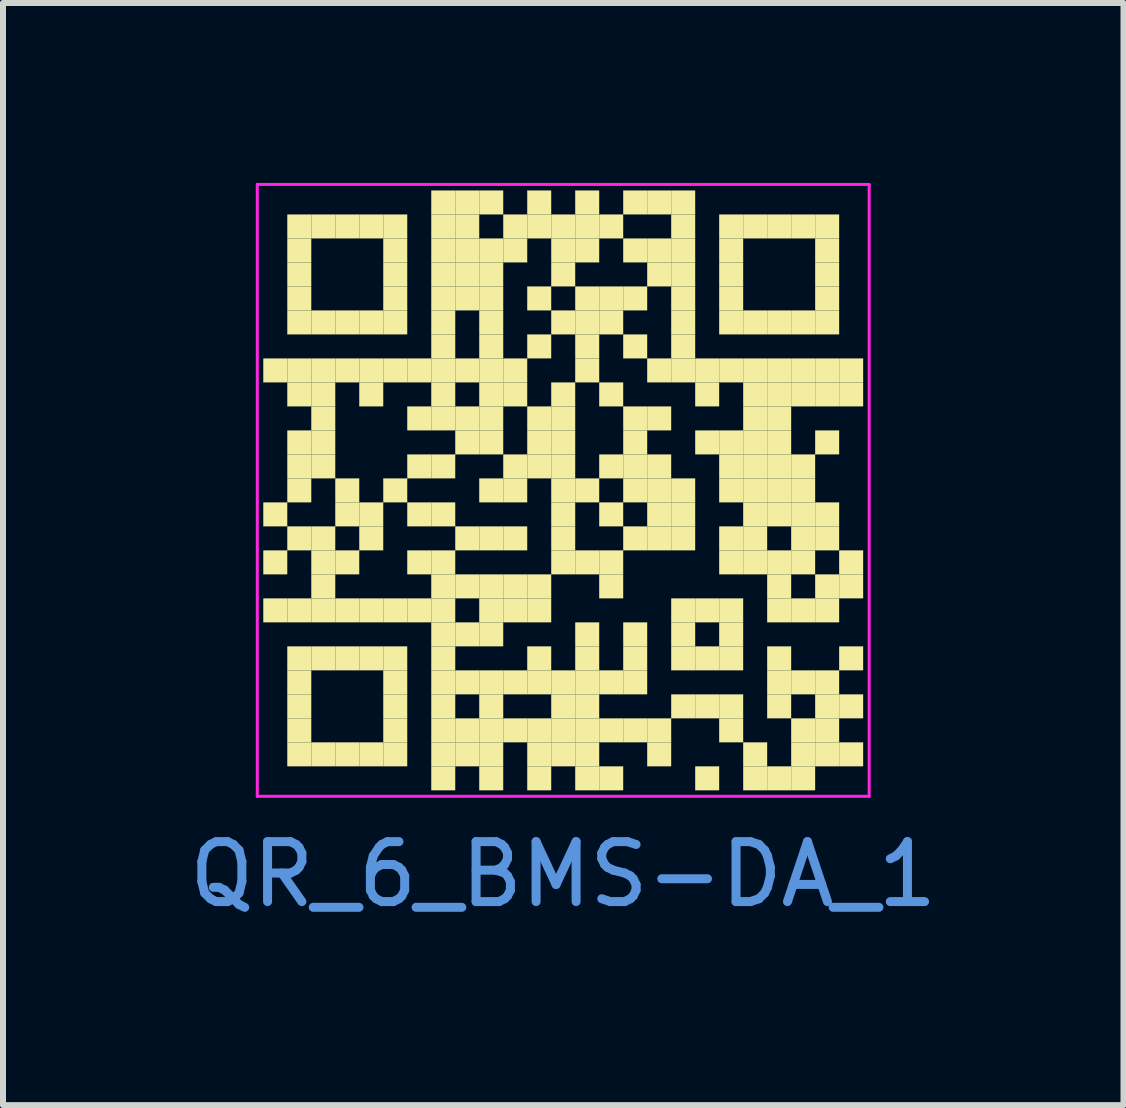
<source format=kicad_pcb>
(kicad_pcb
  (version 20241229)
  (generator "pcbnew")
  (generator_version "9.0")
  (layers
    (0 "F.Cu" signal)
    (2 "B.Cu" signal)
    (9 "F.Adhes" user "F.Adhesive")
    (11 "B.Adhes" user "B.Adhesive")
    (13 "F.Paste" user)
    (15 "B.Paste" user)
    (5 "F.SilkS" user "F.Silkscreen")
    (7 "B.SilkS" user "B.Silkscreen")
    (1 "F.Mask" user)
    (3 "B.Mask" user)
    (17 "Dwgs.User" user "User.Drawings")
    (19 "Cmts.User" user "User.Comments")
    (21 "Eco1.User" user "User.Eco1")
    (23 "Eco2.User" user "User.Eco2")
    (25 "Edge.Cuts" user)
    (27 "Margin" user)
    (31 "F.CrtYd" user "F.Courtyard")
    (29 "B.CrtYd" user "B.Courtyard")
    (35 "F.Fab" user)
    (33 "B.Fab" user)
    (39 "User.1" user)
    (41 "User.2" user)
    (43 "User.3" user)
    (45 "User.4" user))
  (footprint "QR_6_BMS-DA_1"
    (layer "F.Cu")
    (at 6.339 5.125)
    (property "Reference" "QR_6_BMS-DA_1" (at 0 6.4 0) (layer "Cmts.User") (effects (font (size 1 1) (thickness 0.15))))
    (fp_rect (start -5 -2.2) (end -4.6 -1.8) (stroke (width 0) (type solid)) (fill yes) (layer "F.SilkS"))
    (fp_rect (start -5 0.2) (end -4.6 0.6) (stroke (width 0) (type solid)) (fill yes) (layer "F.SilkS"))
    (fp_rect (start -5 1) (end -4.6 1.4) (stroke (width 0) (type solid)) (fill yes) (layer "F.SilkS"))
    (fp_rect (start -5 1.8) (end -4.6 2.2) (stroke (width 0) (type solid)) (fill yes) (layer "F.SilkS"))
    (fp_rect (start -4.6 -4.6) (end -4.2 -4.2) (stroke (width 0) (type solid)) (fill yes) (layer "F.SilkS"))
    (fp_rect (start -4.6 -4.2) (end -4.2 -3.8) (stroke (width 0) (type solid)) (fill yes) (layer "F.SilkS"))
    (fp_rect (start -4.6 -3.8) (end -4.2 -3.4) (stroke (width 0) (type solid)) (fill yes) (layer "F.SilkS"))
    (fp_rect (start -4.6 -3.4) (end -4.2 -3) (stroke (width 0) (type solid)) (fill yes) (layer "F.SilkS"))
    (fp_rect (start -4.6 -3) (end -4.2 -2.6) (stroke (width 0) (type solid)) (fill yes) (layer "F.SilkS"))
    (fp_rect (start -4.6 -2.2) (end -4.2 -1.8) (stroke (width 0) (type solid)) (fill yes) (layer "F.SilkS"))
    (fp_rect (start -4.6 -1.8) (end -4.2 -1.4) (stroke (width 0) (type solid)) (fill yes) (layer "F.SilkS"))
    (fp_rect (start -4.6 -1) (end -4.2 -0.6) (stroke (width 0) (type solid)) (fill yes) (layer "F.SilkS"))
    (fp_rect (start -4.6 -0.6) (end -4.2 -0.2) (stroke (width 0) (type solid)) (fill yes) (layer "F.SilkS"))
    (fp_rect (start -4.6 -0.2) (end -4.2 0.2) (stroke (width 0) (type solid)) (fill yes) (layer "F.SilkS"))
    (fp_rect (start -4.6 0.6) (end -4.2 1) (stroke (width 0) (type solid)) (fill yes) (layer "F.SilkS"))
    (fp_rect (start -4.6 1.8) (end -4.2 2.2) (stroke (width 0) (type solid)) (fill yes) (layer "F.SilkS"))
    (fp_rect (start -4.6 2.6) (end -4.2 3) (stroke (width 0) (type solid)) (fill yes) (layer "F.SilkS"))
    (fp_rect (start -4.6 3) (end -4.2 3.4) (stroke (width 0) (type solid)) (fill yes) (layer "F.SilkS"))
    (fp_rect (start -4.6 3.4) (end -4.2 3.8) (stroke (width 0) (type solid)) (fill yes) (layer "F.SilkS"))
    (fp_rect (start -4.6 3.8) (end -4.2 4.2) (stroke (width 0) (type solid)) (fill yes) (layer "F.SilkS"))
    (fp_rect (start -4.6 4.2) (end -4.2 4.6) (stroke (width 0) (type solid)) (fill yes) (layer "F.SilkS"))
    (fp_rect (start -4.2 -4.6) (end -3.8 -4.2) (stroke (width 0) (type solid)) (fill yes) (layer "F.SilkS"))
    (fp_rect (start -4.2 -3) (end -3.8 -2.6) (stroke (width 0) (type solid)) (fill yes) (layer "F.SilkS"))
    (fp_rect (start -4.2 -2.2) (end -3.8 -1.8) (stroke (width 0) (type solid)) (fill yes) (layer "F.SilkS"))
    (fp_rect (start -4.2 -1.8) (end -3.8 -1.4) (stroke (width 0) (type solid)) (fill yes) (layer "F.SilkS"))
    (fp_rect (start -4.2 -1.4) (end -3.8 -1) (stroke (width 0) (type solid)) (fill yes) (layer "F.SilkS"))
    (fp_rect (start -4.2 -1) (end -3.8 -0.6) (stroke (width 0) (type solid)) (fill yes) (layer "F.SilkS"))
    (fp_rect (start -4.2 -0.6) (end -3.8 -0.2) (stroke (width 0) (type solid)) (fill yes) (layer "F.SilkS"))
    (fp_rect (start -4.2 0.6) (end -3.8 1) (stroke (width 0) (type solid)) (fill yes) (layer "F.SilkS"))
    (fp_rect (start -4.2 1) (end -3.8 1.4) (stroke (width 0) (type solid)) (fill yes) (layer "F.SilkS"))
    (fp_rect (start -4.2 1.4) (end -3.8 1.8) (stroke (width 0) (type solid)) (fill yes) (layer "F.SilkS"))
    (fp_rect (start -4.2 1.8) (end -3.8 2.2) (stroke (width 0) (type solid)) (fill yes) (layer "F.SilkS"))
    (fp_rect (start -4.2 2.6) (end -3.8 3) (stroke (width 0) (type solid)) (fill yes) (layer "F.SilkS"))
    (fp_rect (start -4.2 4.2) (end -3.8 4.6) (stroke (width 0) (type solid)) (fill yes) (layer "F.SilkS"))
    (fp_rect (start -3.8 -4.6) (end -3.4 -4.2) (stroke (width 0) (type solid)) (fill yes) (layer "F.SilkS"))
    (fp_rect (start -3.8 -3) (end -3.4 -2.6) (stroke (width 0) (type solid)) (fill yes) (layer "F.SilkS"))
    (fp_rect (start -3.8 -2.2) (end -3.4 -1.8) (stroke (width 0) (type solid)) (fill yes) (layer "F.SilkS"))
    (fp_rect (start -3.8 -0.2) (end -3.4 0.2) (stroke (width 0) (type solid)) (fill yes) (layer "F.SilkS"))
    (fp_rect (start -3.8 0.2) (end -3.4 0.6) (stroke (width 0) (type solid)) (fill yes) (layer "F.SilkS"))
    (fp_rect (start -3.8 1) (end -3.4 1.4) (stroke (width 0) (type solid)) (fill yes) (layer "F.SilkS"))
    (fp_rect (start -3.8 1.8) (end -3.4 2.2) (stroke (width 0) (type solid)) (fill yes) (layer "F.SilkS"))
    (fp_rect (start -3.8 2.6) (end -3.4 3) (stroke (width 0) (type solid)) (fill yes) (layer "F.SilkS"))
    (fp_rect (start -3.8 4.2) (end -3.4 4.6) (stroke (width 0) (type solid)) (fill yes) (layer "F.SilkS"))
    (fp_rect (start -3.4 -4.6) (end -3 -4.2) (stroke (width 0) (type solid)) (fill yes) (layer "F.SilkS"))
    (fp_rect (start -3.4 -3) (end -3 -2.6) (stroke (width 0) (type solid)) (fill yes) (layer "F.SilkS"))
    (fp_rect (start -3.4 -2.2) (end -3 -1.8) (stroke (width 0) (type solid)) (fill yes) (layer "F.SilkS"))
    (fp_rect (start -3.4 -1.8) (end -3 -1.4) (stroke (width 0) (type solid)) (fill yes) (layer "F.SilkS"))
    (fp_rect (start -3.4 0.2) (end -3 0.6) (stroke (width 0) (type solid)) (fill yes) (layer "F.SilkS"))
    (fp_rect (start -3.4 0.6) (end -3 1) (stroke (width 0) (type solid)) (fill yes) (layer "F.SilkS"))
    (fp_rect (start -3.4 1.8) (end -3 2.2) (stroke (width 0) (type solid)) (fill yes) (layer "F.SilkS"))
    (fp_rect (start -3.4 2.6) (end -3 3) (stroke (width 0) (type solid)) (fill yes) (layer "F.SilkS"))
    (fp_rect (start -3.4 4.2) (end -3 4.6) (stroke (width 0) (type solid)) (fill yes) (layer "F.SilkS"))
    (fp_rect (start -3 -4.6) (end -2.6 -4.2) (stroke (width 0) (type solid)) (fill yes) (layer "F.SilkS"))
    (fp_rect (start -3 -4.2) (end -2.6 -3.8) (stroke (width 0) (type solid)) (fill yes) (layer "F.SilkS"))
    (fp_rect (start -3 -3.8) (end -2.6 -3.4) (stroke (width 0) (type solid)) (fill yes) (layer "F.SilkS"))
    (fp_rect (start -3 -3.4) (end -2.6 -3) (stroke (width 0) (type solid)) (fill yes) (layer "F.SilkS"))
    (fp_rect (start -3 -3) (end -2.6 -2.6) (stroke (width 0) (type solid)) (fill yes) (layer "F.SilkS"))
    (fp_rect (start -3 -2.2) (end -2.6 -1.8) (stroke (width 0) (type solid)) (fill yes) (layer "F.SilkS"))
    (fp_rect (start -3 -0.2) (end -2.6 0.2) (stroke (width 0) (type solid)) (fill yes) (layer "F.SilkS"))
    (fp_rect (start -3 1.8) (end -2.6 2.2) (stroke (width 0) (type solid)) (fill yes) (layer "F.SilkS"))
    (fp_rect (start -3 2.6) (end -2.6 3) (stroke (width 0) (type solid)) (fill yes) (layer "F.SilkS"))
    (fp_rect (start -3 3) (end -2.6 3.4) (stroke (width 0) (type solid)) (fill yes) (layer "F.SilkS"))
    (fp_rect (start -3 3.4) (end -2.6 3.8) (stroke (width 0) (type solid)) (fill yes) (layer "F.SilkS"))
    (fp_rect (start -3 3.8) (end -2.6 4.2) (stroke (width 0) (type solid)) (fill yes) (layer "F.SilkS"))
    (fp_rect (start -3 4.2) (end -2.6 4.6) (stroke (width 0) (type solid)) (fill yes) (layer "F.SilkS"))
    (fp_rect (start -2.6 -2.2) (end -2.2 -1.8) (stroke (width 0) (type solid)) (fill yes) (layer "F.SilkS"))
    (fp_rect (start -2.6 -1.4) (end -2.2 -1) (stroke (width 0) (type solid)) (fill yes) (layer "F.SilkS"))
    (fp_rect (start -2.6 -0.6) (end -2.2 -0.2) (stroke (width 0) (type solid)) (fill yes) (layer "F.SilkS"))
    (fp_rect (start -2.6 0.2) (end -2.2 0.6) (stroke (width 0) (type solid)) (fill yes) (layer "F.SilkS"))
    (fp_rect (start -2.6 1) (end -2.2 1.4) (stroke (width 0) (type solid)) (fill yes) (layer "F.SilkS"))
    (fp_rect (start -2.6 1.8) (end -2.2 2.2) (stroke (width 0) (type solid)) (fill yes) (layer "F.SilkS"))
    (fp_rect (start -2.2 -5) (end -1.8 -4.6) (stroke (width 0) (type solid)) (fill yes) (layer "F.SilkS"))
    (fp_rect (start -2.2 -4.6) (end -1.8 -4.2) (stroke (width 0) (type solid)) (fill yes) (layer "F.SilkS"))
    (fp_rect (start -2.2 -4.2) (end -1.8 -3.8) (stroke (width 0) (type solid)) (fill yes) (layer "F.SilkS"))
    (fp_rect (start -2.2 -3.8) (end -1.8 -3.4) (stroke (width 0) (type solid)) (fill yes) (layer "F.SilkS"))
    (fp_rect (start -2.2 -3.4) (end -1.8 -3) (stroke (width 0) (type solid)) (fill yes) (layer "F.SilkS"))
    (fp_rect (start -2.2 -3) (end -1.8 -2.6) (stroke (width 0) (type solid)) (fill yes) (layer "F.SilkS"))
    (fp_rect (start -2.2 -2.6) (end -1.8 -2.2) (stroke (width 0) (type solid)) (fill yes) (layer "F.SilkS"))
    (fp_rect (start -2.2 -2.2) (end -1.8 -1.8) (stroke (width 0) (type solid)) (fill yes) (layer "F.SilkS"))
    (fp_rect (start -2.2 -1.8) (end -1.8 -1.4) (stroke (width 0) (type solid)) (fill yes) (layer "F.SilkS"))
    (fp_rect (start -2.2 -1.4) (end -1.8 -1) (stroke (width 0) (type solid)) (fill yes) (layer "F.SilkS"))
    (fp_rect (start -2.2 -0.6) (end -1.8 -0.2) (stroke (width 0) (type solid)) (fill yes) (layer "F.SilkS"))
    (fp_rect (start -2.2 0.2) (end -1.8 0.6) (stroke (width 0) (type solid)) (fill yes) (layer "F.SilkS"))
    (fp_rect (start -2.2 1) (end -1.8 1.4) (stroke (width 0) (type solid)) (fill yes) (layer "F.SilkS"))
    (fp_rect (start -2.2 1.4) (end -1.8 1.8) (stroke (width 0) (type solid)) (fill yes) (layer "F.SilkS"))
    (fp_rect (start -2.2 1.8) (end -1.8 2.2) (stroke (width 0) (type solid)) (fill yes) (layer "F.SilkS"))
    (fp_rect (start -2.2 2.2) (end -1.8 2.6) (stroke (width 0) (type solid)) (fill yes) (layer "F.SilkS"))
    (fp_rect (start -2.2 2.6) (end -1.8 3) (stroke (width 0) (type solid)) (fill yes) (layer "F.SilkS"))
    (fp_rect (start -2.2 3) (end -1.8 3.4) (stroke (width 0) (type solid)) (fill yes) (layer "F.SilkS"))
    (fp_rect (start -2.2 3.4) (end -1.8 3.8) (stroke (width 0) (type solid)) (fill yes) (layer "F.SilkS"))
    (fp_rect (start -2.2 3.8) (end -1.8 4.2) (stroke (width 0) (type solid)) (fill yes) (layer "F.SilkS"))
    (fp_rect (start -2.2 4.2) (end -1.8 4.6) (stroke (width 0) (type solid)) (fill yes) (layer "F.SilkS"))
    (fp_rect (start -2.2 4.6) (end -1.8 5) (stroke (width 0) (type solid)) (fill yes) (layer "F.SilkS"))
    (fp_rect (start -1.8 -5) (end -1.4 -4.6) (stroke (width 0) (type solid)) (fill yes) (layer "F.SilkS"))
    (fp_rect (start -1.8 -4.6) (end -1.4 -4.2) (stroke (width 0) (type solid)) (fill yes) (layer "F.SilkS"))
    (fp_rect (start -1.8 -4.2) (end -1.4 -3.8) (stroke (width 0) (type solid)) (fill yes) (layer "F.SilkS"))
    (fp_rect (start -1.8 -3.8) (end -1.4 -3.4) (stroke (width 0) (type solid)) (fill yes) (layer "F.SilkS"))
    (fp_rect (start -1.8 -3.4) (end -1.4 -3) (stroke (width 0) (type solid)) (fill yes) (layer "F.SilkS"))
    (fp_rect (start -1.8 -2.2) (end -1.4 -1.8) (stroke (width 0) (type solid)) (fill yes) (layer "F.SilkS"))
    (fp_rect (start -1.8 -1.4) (end -1.4 -1) (stroke (width 0) (type solid)) (fill yes) (layer "F.SilkS"))
    (fp_rect (start -1.8 -1) (end -1.4 -0.6) (stroke (width 0) (type solid)) (fill yes) (layer "F.SilkS"))
    (fp_rect (start -1.8 0.6) (end -1.4 1) (stroke (width 0) (type solid)) (fill yes) (layer "F.SilkS"))
    (fp_rect (start -1.8 1.4) (end -1.4 1.8) (stroke (width 0) (type solid)) (fill yes) (layer "F.SilkS"))
    (fp_rect (start -1.8 2.2) (end -1.4 2.6) (stroke (width 0) (type solid)) (fill yes) (layer "F.SilkS"))
    (fp_rect (start -1.8 3) (end -1.4 3.4) (stroke (width 0) (type solid)) (fill yes) (layer "F.SilkS"))
    (fp_rect (start -1.8 3.8) (end -1.4 4.2) (stroke (width 0) (type solid)) (fill yes) (layer "F.SilkS"))
    (fp_rect (start -1.8 4.2) (end -1.4 4.6) (stroke (width 0) (type solid)) (fill yes) (layer "F.SilkS"))
    (fp_rect (start -1.4 -5) (end -1 -4.6) (stroke (width 0) (type solid)) (fill yes) (layer "F.SilkS"))
    (fp_rect (start -1.4 -4.2) (end -1 -3.8) (stroke (width 0) (type solid)) (fill yes) (layer "F.SilkS"))
    (fp_rect (start -1.4 -3.8) (end -1 -3.4) (stroke (width 0) (type solid)) (fill yes) (layer "F.SilkS"))
    (fp_rect (start -1.4 -3.4) (end -1 -3) (stroke (width 0) (type solid)) (fill yes) (layer "F.SilkS"))
    (fp_rect (start -1.4 -3) (end -1 -2.6) (stroke (width 0) (type solid)) (fill yes) (layer "F.SilkS"))
    (fp_rect (start -1.4 -2.6) (end -1 -2.2) (stroke (width 0) (type solid)) (fill yes) (layer "F.SilkS"))
    (fp_rect (start -1.4 -2.2) (end -1 -1.8) (stroke (width 0) (type solid)) (fill yes) (layer "F.SilkS"))
    (fp_rect (start -1.4 -1.8) (end -1 -1.4) (stroke (width 0) (type solid)) (fill yes) (layer "F.SilkS"))
    (fp_rect (start -1.4 -1.4) (end -1 -1) (stroke (width 0) (type solid)) (fill yes) (layer "F.SilkS"))
    (fp_rect (start -1.4 -1) (end -1 -0.6) (stroke (width 0) (type solid)) (fill yes) (layer "F.SilkS"))
    (fp_rect (start -1.4 -0.2) (end -1 0.2) (stroke (width 0) (type solid)) (fill yes) (layer "F.SilkS"))
    (fp_rect (start -1.4 0.6) (end -1 1) (stroke (width 0) (type solid)) (fill yes) (layer "F.SilkS"))
    (fp_rect (start -1.4 1.4) (end -1 1.8) (stroke (width 0) (type solid)) (fill yes) (layer "F.SilkS"))
    (fp_rect (start -1.4 1.8) (end -1 2.2) (stroke (width 0) (type solid)) (fill yes) (layer "F.SilkS"))
    (fp_rect (start -1.4 2.2) (end -1 2.6) (stroke (width 0) (type solid)) (fill yes) (layer "F.SilkS"))
    (fp_rect (start -1.4 3) (end -1 3.4) (stroke (width 0) (type solid)) (fill yes) (layer "F.SilkS"))
    (fp_rect (start -1.4 3.4) (end -1 3.8) (stroke (width 0) (type solid)) (fill yes) (layer "F.SilkS"))
    (fp_rect (start -1.4 3.8) (end -1 4.2) (stroke (width 0) (type solid)) (fill yes) (layer "F.SilkS"))
    (fp_rect (start -1.4 4.2) (end -1 4.6) (stroke (width 0) (type solid)) (fill yes) (layer "F.SilkS"))
    (fp_rect (start -1.4 4.6) (end -1 5) (stroke (width 0) (type solid)) (fill yes) (layer "F.SilkS"))
    (fp_rect (start -1 -4.6) (end -0.6 -4.2) (stroke (width 0) (type solid)) (fill yes) (layer "F.SilkS"))
    (fp_rect (start -1 -4.2) (end -0.6 -3.8) (stroke (width 0) (type solid)) (fill yes) (layer "F.SilkS"))
    (fp_rect (start -1 -2.2) (end -0.6 -1.8) (stroke (width 0) (type solid)) (fill yes) (layer "F.SilkS"))
    (fp_rect (start -1 -1.8) (end -0.6 -1.4) (stroke (width 0) (type solid)) (fill yes) (layer "F.SilkS"))
    (fp_rect (start -1 -0.6) (end -0.6 -0.2) (stroke (width 0) (type solid)) (fill yes) (layer "F.SilkS"))
    (fp_rect (start -1 -0.2) (end -0.6 0.2) (stroke (width 0) (type solid)) (fill yes) (layer "F.SilkS"))
    (fp_rect (start -1 0.6) (end -0.6 1) (stroke (width 0) (type solid)) (fill yes) (layer "F.SilkS"))
    (fp_rect (start -1 1.4) (end -0.6 1.8) (stroke (width 0) (type solid)) (fill yes) (layer "F.SilkS"))
    (fp_rect (start -1 1.8) (end -0.6 2.2) (stroke (width 0) (type solid)) (fill yes) (layer "F.SilkS"))
    (fp_rect (start -1 3) (end -0.6 3.4) (stroke (width 0) (type solid)) (fill yes) (layer "F.SilkS"))
    (fp_rect (start -1 3.8) (end -0.6 4.2) (stroke (width 0) (type solid)) (fill yes) (layer "F.SilkS"))
    (fp_rect (start -0.6 -5) (end -0.2 -4.6) (stroke (width 0) (type solid)) (fill yes) (layer "F.SilkS"))
    (fp_rect (start -0.6 -4.6) (end -0.2 -4.2) (stroke (width 0) (type solid)) (fill yes) (layer "F.SilkS"))
    (fp_rect (start -0.6 -3.4) (end -0.2 -3) (stroke (width 0) (type solid)) (fill yes) (layer "F.SilkS"))
    (fp_rect (start -0.6 -2.6) (end -0.2 -2.2) (stroke (width 0) (type solid)) (fill yes) (layer "F.SilkS"))
    (fp_rect (start -0.6 -1.4) (end -0.2 -1) (stroke (width 0) (type solid)) (fill yes) (layer "F.SilkS"))
    (fp_rect (start -0.6 -1) (end -0.2 -0.6) (stroke (width 0) (type solid)) (fill yes) (layer "F.SilkS"))
    (fp_rect (start -0.6 -0.6) (end -0.2 -0.2) (stroke (width 0) (type solid)) (fill yes) (layer "F.SilkS"))
    (fp_rect (start -0.6 1.4) (end -0.2 1.8) (stroke (width 0) (type solid)) (fill yes) (layer "F.SilkS"))
    (fp_rect (start -0.6 1.8) (end -0.2 2.2) (stroke (width 0) (type solid)) (fill yes) (layer "F.SilkS"))
    (fp_rect (start -0.6 2.6) (end -0.2 3) (stroke (width 0) (type solid)) (fill yes) (layer "F.SilkS"))
    (fp_rect (start -0.6 3) (end -0.2 3.4) (stroke (width 0) (type solid)) (fill yes) (layer "F.SilkS"))
    (fp_rect (start -0.6 3.8) (end -0.2 4.2) (stroke (width 0) (type solid)) (fill yes) (layer "F.SilkS"))
    (fp_rect (start -0.6 4.2) (end -0.2 4.6) (stroke (width 0) (type solid)) (fill yes) (layer "F.SilkS"))
    (fp_rect (start -0.6 4.6) (end -0.2 5) (stroke (width 0) (type solid)) (fill yes) (layer "F.SilkS"))
    (fp_rect (start -0.2 -4.6) (end 0.2 -4.2) (stroke (width 0) (type solid)) (fill yes) (layer "F.SilkS"))
    (fp_rect (start -0.2 -4.2) (end 0.2 -3.8) (stroke (width 0) (type solid)) (fill yes) (layer "F.SilkS"))
    (fp_rect (start -0.2 -3.8) (end 0.2 -3.4) (stroke (width 0) (type solid)) (fill yes) (layer "F.SilkS"))
    (fp_rect (start -0.2 -3) (end 0.2 -2.6) (stroke (width 0) (type solid)) (fill yes) (layer "F.SilkS"))
    (fp_rect (start -0.2 -1.8) (end 0.2 -1.4) (stroke (width 0) (type solid)) (fill yes) (layer "F.SilkS"))
    (fp_rect (start -0.2 -1.4) (end 0.2 -1) (stroke (width 0) (type solid)) (fill yes) (layer "F.SilkS"))
    (fp_rect (start -0.2 -1) (end 0.2 -0.6) (stroke (width 0) (type solid)) (fill yes) (layer "F.SilkS"))
    (fp_rect (start -0.2 -0.6) (end 0.2 -0.2) (stroke (width 0) (type solid)) (fill yes) (layer "F.SilkS"))
    (fp_rect (start -0.2 -0.2) (end 0.2 0.2) (stroke (width 0) (type solid)) (fill yes) (layer "F.SilkS"))
    (fp_rect (start -0.2 0.2) (end 0.2 0.6) (stroke (width 0) (type solid)) (fill yes) (layer "F.SilkS"))
    (fp_rect (start -0.2 0.6) (end 0.2 1) (stroke (width 0) (type solid)) (fill yes) (layer "F.SilkS"))
    (fp_rect (start -0.2 1) (end 0.2 1.4) (stroke (width 0) (type solid)) (fill yes) (layer "F.SilkS"))
    (fp_rect (start -0.2 3) (end 0.2 3.4) (stroke (width 0) (type solid)) (fill yes) (layer "F.SilkS"))
    (fp_rect (start -0.2 3.4) (end 0.2 3.8) (stroke (width 0) (type solid)) (fill yes) (layer "F.SilkS"))
    (fp_rect (start -0.2 3.8) (end 0.2 4.2) (stroke (width 0) (type solid)) (fill yes) (layer "F.SilkS"))
    (fp_rect (start -0.2 4.2) (end 0.2 4.6) (stroke (width 0) (type solid)) (fill yes) (layer "F.SilkS"))
    (fp_rect (start 0.2 -5) (end 0.6 -4.6) (stroke (width 0) (type solid)) (fill yes) (layer "F.SilkS"))
    (fp_rect (start 0.2 -4.6) (end 0.6 -4.2) (stroke (width 0) (type solid)) (fill yes) (layer "F.SilkS"))
    (fp_rect (start 0.2 -4.2) (end 0.6 -3.8) (stroke (width 0) (type solid)) (fill yes) (layer "F.SilkS"))
    (fp_rect (start 0.2 -3.4) (end 0.6 -3) (stroke (width 0) (type solid)) (fill yes) (layer "F.SilkS"))
    (fp_rect (start 0.2 -3) (end 0.6 -2.6) (stroke (width 0) (type solid)) (fill yes) (layer "F.SilkS"))
    (fp_rect (start 0.2 -2.6) (end 0.6 -2.2) (stroke (width 0) (type solid)) (fill yes) (layer "F.SilkS"))
    (fp_rect (start 0.2 -2.2) (end 0.6 -1.8) (stroke (width 0) (type solid)) (fill yes) (layer "F.SilkS"))
    (fp_rect (start 0.2 -0.2) (end 0.6 0.2) (stroke (width 0) (type solid)) (fill yes) (layer "F.SilkS"))
    (fp_rect (start 0.2 1) (end 0.6 1.4) (stroke (width 0) (type solid)) (fill yes) (layer "F.SilkS"))
    (fp_rect (start 0.2 2.2) (end 0.6 2.6) (stroke (width 0) (type solid)) (fill yes) (layer "F.SilkS"))
    (fp_rect (start 0.2 2.6) (end 0.6 3) (stroke (width 0) (type solid)) (fill yes) (layer "F.SilkS"))
    (fp_rect (start 0.2 3) (end 0.6 3.4) (stroke (width 0) (type solid)) (fill yes) (layer "F.SilkS"))
    (fp_rect (start 0.2 3.4) (end 0.6 3.8) (stroke (width 0) (type solid)) (fill yes) (layer "F.SilkS"))
    (fp_rect (start 0.2 3.8) (end 0.6 4.2) (stroke (width 0) (type solid)) (fill yes) (layer "F.SilkS"))
    (fp_rect (start 0.2 4.2) (end 0.6 4.6) (stroke (width 0) (type solid)) (fill yes) (layer "F.SilkS"))
    (fp_rect (start 0.2 4.6) (end 0.6 5) (stroke (width 0) (type solid)) (fill yes) (layer "F.SilkS"))
    (fp_rect (start 0.6 -4.6) (end 1 -4.2) (stroke (width 0) (type solid)) (fill yes) (layer "F.SilkS"))
    (fp_rect (start 0.6 -3.4) (end 1 -3) (stroke (width 0) (type solid)) (fill yes) (layer "F.SilkS"))
    (fp_rect (start 0.6 -3) (end 1 -2.6) (stroke (width 0) (type solid)) (fill yes) (layer "F.SilkS"))
    (fp_rect (start 0.6 -1.8) (end 1 -1.4) (stroke (width 0) (type solid)) (fill yes) (layer "F.SilkS"))
    (fp_rect (start 0.6 -0.6) (end 1 -0.2) (stroke (width 0) (type solid)) (fill yes) (layer "F.SilkS"))
    (fp_rect (start 0.6 0.2) (end 1 0.6) (stroke (width 0) (type solid)) (fill yes) (layer "F.SilkS"))
    (fp_rect (start 0.6 1) (end 1 1.4) (stroke (width 0) (type solid)) (fill yes) (layer "F.SilkS"))
    (fp_rect (start 0.6 1.4) (end 1 1.8) (stroke (width 0) (type solid)) (fill yes) (layer "F.SilkS"))
    (fp_rect (start 0.6 3) (end 1 3.4) (stroke (width 0) (type solid)) (fill yes) (layer "F.SilkS"))
    (fp_rect (start 0.6 3.8) (end 1 4.2) (stroke (width 0) (type solid)) (fill yes) (layer "F.SilkS"))
    (fp_rect (start 0.6 4.6) (end 1 5) (stroke (width 0) (type solid)) (fill yes) (layer "F.SilkS"))
    (fp_rect (start 1 -5) (end 1.4 -4.6) (stroke (width 0) (type solid)) (fill yes) (layer "F.SilkS"))
    (fp_rect (start 1 -4.2) (end 1.4 -3.8) (stroke (width 0) (type solid)) (fill yes) (layer "F.SilkS"))
    (fp_rect (start 1 -3.4) (end 1.4 -3) (stroke (width 0) (type solid)) (fill yes) (layer "F.SilkS"))
    (fp_rect (start 1 -2.6) (end 1.4 -2.2) (stroke (width 0) (type solid)) (fill yes) (layer "F.SilkS"))
    (fp_rect (start 1 -1.4) (end 1.4 -1) (stroke (width 0) (type solid)) (fill yes) (layer "F.SilkS"))
    (fp_rect (start 1 -1) (end 1.4 -0.6) (stroke (width 0) (type solid)) (fill yes) (layer "F.SilkS"))
    (fp_rect (start 1 -0.6) (end 1.4 -0.2) (stroke (width 0) (type solid)) (fill yes) (layer "F.SilkS"))
    (fp_rect (start 1 -0.2) (end 1.4 0.2) (stroke (width 0) (type solid)) (fill yes) (layer "F.SilkS"))
    (fp_rect (start 1 0.6) (end 1.4 1) (stroke (width 0) (type solid)) (fill yes) (layer "F.SilkS"))
    (fp_rect (start 1 2.2) (end 1.4 2.6) (stroke (width 0) (type solid)) (fill yes) (layer "F.SilkS"))
    (fp_rect (start 1 2.6) (end 1.4 3) (stroke (width 0) (type solid)) (fill yes) (layer "F.SilkS"))
    (fp_rect (start 1 3) (end 1.4 3.4) (stroke (width 0) (type solid)) (fill yes) (layer "F.SilkS"))
    (fp_rect (start 1 3.8) (end 1.4 4.2) (stroke (width 0) (type solid)) (fill yes) (layer "F.SilkS"))
    (fp_rect (start 1.4 -5) (end 1.8 -4.6) (stroke (width 0) (type solid)) (fill yes) (layer "F.SilkS"))
    (fp_rect (start 1.4 -4.2) (end 1.8 -3.8) (stroke (width 0) (type solid)) (fill yes) (layer "F.SilkS"))
    (fp_rect (start 1.4 -3.8) (end 1.8 -3.4) (stroke (width 0) (type solid)) (fill yes) (layer "F.SilkS"))
    (fp_rect (start 1.4 -2.2) (end 1.8 -1.8) (stroke (width 0) (type solid)) (fill yes) (layer "F.SilkS"))
    (fp_rect (start 1.4 -1.4) (end 1.8 -1) (stroke (width 0) (type solid)) (fill yes) (layer "F.SilkS"))
    (fp_rect (start 1.4 -0.6) (end 1.8 -0.2) (stroke (width 0) (type solid)) (fill yes) (layer "F.SilkS"))
    (fp_rect (start 1.4 -0.2) (end 1.8 0.2) (stroke (width 0) (type solid)) (fill yes) (layer "F.SilkS"))
    (fp_rect (start 1.4 0.2) (end 1.8 0.6) (stroke (width 0) (type solid)) (fill yes) (layer "F.SilkS"))
    (fp_rect (start 1.4 0.6) (end 1.8 1) (stroke (width 0) (type solid)) (fill yes) (layer "F.SilkS"))
    (fp_rect (start 1.4 3.8) (end 1.8 4.2) (stroke (width 0) (type solid)) (fill yes) (layer "F.SilkS"))
    (fp_rect (start 1.4 4.2) (end 1.8 4.6) (stroke (width 0) (type solid)) (fill yes) (layer "F.SilkS"))
    (fp_rect (start 1.8 -5) (end 2.2 -4.6) (stroke (width 0) (type solid)) (fill yes) (layer "F.SilkS"))
    (fp_rect (start 1.8 -4.6) (end 2.2 -4.2) (stroke (width 0) (type solid)) (fill yes) (layer "F.SilkS"))
    (fp_rect (start 1.8 -4.2) (end 2.2 -3.8) (stroke (width 0) (type solid)) (fill yes) (layer "F.SilkS"))
    (fp_rect (start 1.8 -3.8) (end 2.2 -3.4) (stroke (width 0) (type solid)) (fill yes) (layer "F.SilkS"))
    (fp_rect (start 1.8 -3.4) (end 2.2 -3) (stroke (width 0) (type solid)) (fill yes) (layer "F.SilkS"))
    (fp_rect (start 1.8 -3) (end 2.2 -2.6) (stroke (width 0) (type solid)) (fill yes) (layer "F.SilkS"))
    (fp_rect (start 1.8 -2.6) (end 2.2 -2.2) (stroke (width 0) (type solid)) (fill yes) (layer "F.SilkS"))
    (fp_rect (start 1.8 -2.2) (end 2.2 -1.8) (stroke (width 0) (type solid)) (fill yes) (layer "F.SilkS"))
    (fp_rect (start 1.8 -0.2) (end 2.2 0.2) (stroke (width 0) (type solid)) (fill yes) (layer "F.SilkS"))
    (fp_rect (start 1.8 0.2) (end 2.2 0.6) (stroke (width 0) (type solid)) (fill yes) (layer "F.SilkS"))
    (fp_rect (start 1.8 0.6) (end 2.2 1) (stroke (width 0) (type solid)) (fill yes) (layer "F.SilkS"))
    (fp_rect (start 1.8 1.8) (end 2.2 2.2) (stroke (width 0) (type solid)) (fill yes) (layer "F.SilkS"))
    (fp_rect (start 1.8 2.2) (end 2.2 2.6) (stroke (width 0) (type solid)) (fill yes) (layer "F.SilkS"))
    (fp_rect (start 1.8 2.6) (end 2.2 3) (stroke (width 0) (type solid)) (fill yes) (layer "F.SilkS"))
    (fp_rect (start 1.8 3.4) (end 2.2 3.8) (stroke (width 0) (type solid)) (fill yes) (layer "F.SilkS"))
    (fp_rect (start 2.2 -2.2) (end 2.6 -1.8) (stroke (width 0) (type solid)) (fill yes) (layer "F.SilkS"))
    (fp_rect (start 2.2 -1.8) (end 2.6 -1.4) (stroke (width 0) (type solid)) (fill yes) (layer "F.SilkS"))
    (fp_rect (start 2.2 -1) (end 2.6 -0.6) (stroke (width 0) (type solid)) (fill yes) (layer "F.SilkS"))
    (fp_rect (start 2.2 1.8) (end 2.6 2.2) (stroke (width 0) (type solid)) (fill yes) (layer "F.SilkS"))
    (fp_rect (start 2.2 2.6) (end 2.6 3) (stroke (width 0) (type solid)) (fill yes) (layer "F.SilkS"))
    (fp_rect (start 2.2 3.4) (end 2.6 3.8) (stroke (width 0) (type solid)) (fill yes) (layer "F.SilkS"))
    (fp_rect (start 2.2 4.6) (end 2.6 5) (stroke (width 0) (type solid)) (fill yes) (layer "F.SilkS"))
    (fp_rect (start 2.6 -4.6) (end 3 -4.2) (stroke (width 0) (type solid)) (fill yes) (layer "F.SilkS"))
    (fp_rect (start 2.6 -4.2) (end 3 -3.8) (stroke (width 0) (type solid)) (fill yes) (layer "F.SilkS"))
    (fp_rect (start 2.6 -3.8) (end 3 -3.4) (stroke (width 0) (type solid)) (fill yes) (layer "F.SilkS"))
    (fp_rect (start 2.6 -3.4) (end 3 -3) (stroke (width 0) (type solid)) (fill yes) (layer "F.SilkS"))
    (fp_rect (start 2.6 -3) (end 3 -2.6) (stroke (width 0) (type solid)) (fill yes) (layer "F.SilkS"))
    (fp_rect (start 2.6 -2.2) (end 3 -1.8) (stroke (width 0) (type solid)) (fill yes) (layer "F.SilkS"))
    (fp_rect (start 2.6 -1) (end 3 -0.6) (stroke (width 0) (type solid)) (fill yes) (layer "F.SilkS"))
    (fp_rect (start 2.6 -0.6) (end 3 -0.2) (stroke (width 0) (type solid)) (fill yes) (layer "F.SilkS"))
    (fp_rect (start 2.6 -0.2) (end 3 0.2) (stroke (width 0) (type solid)) (fill yes) (layer "F.SilkS"))
    (fp_rect (start 2.6 0.6) (end 3 1) (stroke (width 0) (type solid)) (fill yes) (layer "F.SilkS"))
    (fp_rect (start 2.6 1) (end 3 1.4) (stroke (width 0) (type solid)) (fill yes) (layer "F.SilkS"))
    (fp_rect (start 2.6 1.8) (end 3 2.2) (stroke (width 0) (type solid)) (fill yes) (layer "F.SilkS"))
    (fp_rect (start 2.6 2.2) (end 3 2.6) (stroke (width 0) (type solid)) (fill yes) (layer "F.SilkS"))
    (fp_rect (start 2.6 2.6) (end 3 3) (stroke (width 0) (type solid)) (fill yes) (layer "F.SilkS"))
    (fp_rect (start 2.6 3.4) (end 3 3.8) (stroke (width 0) (type solid)) (fill yes) (layer "F.SilkS"))
    (fp_rect (start 2.6 3.8) (end 3 4.2) (stroke (width 0) (type solid)) (fill yes) (layer "F.SilkS"))
    (fp_rect (start 3 -4.6) (end 3.4 -4.2) (stroke (width 0) (type solid)) (fill yes) (layer "F.SilkS"))
    (fp_rect (start 3 -3) (end 3.4 -2.6) (stroke (width 0) (type solid)) (fill yes) (layer "F.SilkS"))
    (fp_rect (start 3 -2.2) (end 3.4 -1.8) (stroke (width 0) (type solid)) (fill yes) (layer "F.SilkS"))
    (fp_rect (start 3 -1.8) (end 3.4 -1.4) (stroke (width 0) (type solid)) (fill yes) (layer "F.SilkS"))
    (fp_rect (start 3 -1.4) (end 3.4 -1) (stroke (width 0) (type solid)) (fill yes) (layer "F.SilkS"))
    (fp_rect (start 3 -1) (end 3.4 -0.6) (stroke (width 0) (type solid)) (fill yes) (layer "F.SilkS"))
    (fp_rect (start 3 -0.6) (end 3.4 -0.2) (stroke (width 0) (type solid)) (fill yes) (layer "F.SilkS"))
    (fp_rect (start 3 -0.2) (end 3.4 0.2) (stroke (width 0) (type solid)) (fill yes) (layer "F.SilkS"))
    (fp_rect (start 3 0.2) (end 3.4 0.6) (stroke (width 0) (type solid)) (fill yes) (layer "F.SilkS"))
    (fp_rect (start 3 0.6) (end 3.4 1) (stroke (width 0) (type solid)) (fill yes) (layer "F.SilkS"))
    (fp_rect (start 3 1) (end 3.4 1.4) (stroke (width 0) (type solid)) (fill yes) (layer "F.SilkS"))
    (fp_rect (start 3 4.2) (end 3.4 4.6) (stroke (width 0) (type solid)) (fill yes) (layer "F.SilkS"))
    (fp_rect (start 3 4.6) (end 3.4 5) (stroke (width 0) (type solid)) (fill yes) (layer "F.SilkS"))
    (fp_rect (start 3.4 -4.6) (end 3.8 -4.2) (stroke (width 0) (type solid)) (fill yes) (layer "F.SilkS"))
    (fp_rect (start 3.4 -3) (end 3.8 -2.6) (stroke (width 0) (type solid)) (fill yes) (layer "F.SilkS"))
    (fp_rect (start 3.4 -2.2) (end 3.8 -1.8) (stroke (width 0) (type solid)) (fill yes) (layer "F.SilkS"))
    (fp_rect (start 3.4 -1.8) (end 3.8 -1.4) (stroke (width 0) (type solid)) (fill yes) (layer "F.SilkS"))
    (fp_rect (start 3.4 -1.4) (end 3.8 -1) (stroke (width 0) (type solid)) (fill yes) (layer "F.SilkS"))
    (fp_rect (start 3.4 -1) (end 3.8 -0.6) (stroke (width 0) (type solid)) (fill yes) (layer "F.SilkS"))
    (fp_rect (start 3.4 -0.6) (end 3.8 -0.2) (stroke (width 0) (type solid)) (fill yes) (layer "F.SilkS"))
    (fp_rect (start 3.4 -0.2) (end 3.8 0.2) (stroke (width 0) (type solid)) (fill yes) (layer "F.SilkS"))
    (fp_rect (start 3.4 0.2) (end 3.8 0.6) (stroke (width 0) (type solid)) (fill yes) (layer "F.SilkS"))
    (fp_rect (start 3.4 1) (end 3.8 1.4) (stroke (width 0) (type solid)) (fill yes) (layer "F.SilkS"))
    (fp_rect (start 3.4 1.4) (end 3.8 1.8) (stroke (width 0) (type solid)) (fill yes) (layer "F.SilkS"))
    (fp_rect (start 3.4 1.8) (end 3.8 2.2) (stroke (width 0) (type solid)) (fill yes) (layer "F.SilkS"))
    (fp_rect (start 3.4 2.6) (end 3.8 3) (stroke (width 0) (type solid)) (fill yes) (layer "F.SilkS"))
    (fp_rect (start 3.4 3) (end 3.8 3.4) (stroke (width 0) (type solid)) (fill yes) (layer "F.SilkS"))
    (fp_rect (start 3.4 3.4) (end 3.8 3.8) (stroke (width 0) (type solid)) (fill yes) (layer "F.SilkS"))
    (fp_rect (start 3.4 4.6) (end 3.8 5) (stroke (width 0) (type solid)) (fill yes) (layer "F.SilkS"))
    (fp_rect (start 3.8 -4.6) (end 4.2 -4.2) (stroke (width 0) (type solid)) (fill yes) (layer "F.SilkS"))
    (fp_rect (start 3.8 -3) (end 4.2 -2.6) (stroke (width 0) (type solid)) (fill yes) (layer "F.SilkS"))
    (fp_rect (start 3.8 -2.2) (end 4.2 -1.8) (stroke (width 0) (type solid)) (fill yes) (layer "F.SilkS"))
    (fp_rect (start 3.8 -1.8) (end 4.2 -1.4) (stroke (width 0) (type solid)) (fill yes) (layer "F.SilkS"))
    (fp_rect (start 3.8 -0.6) (end 4.2 -0.2) (stroke (width 0) (type solid)) (fill yes) (layer "F.SilkS"))
    (fp_rect (start 3.8 -0.2) (end 4.2 0.2) (stroke (width 0) (type solid)) (fill yes) (layer "F.SilkS"))
    (fp_rect (start 3.8 0.2) (end 4.2 0.6) (stroke (width 0) (type solid)) (fill yes) (layer "F.SilkS"))
    (fp_rect (start 3.8 0.6) (end 4.2 1) (stroke (width 0) (type solid)) (fill yes) (layer "F.SilkS"))
    (fp_rect (start 3.8 1) (end 4.2 1.4) (stroke (width 0) (type solid)) (fill yes) (layer "F.SilkS"))
    (fp_rect (start 3.8 1.8) (end 4.2 2.2) (stroke (width 0) (type solid)) (fill yes) (layer "F.SilkS"))
    (fp_rect (start 3.8 3) (end 4.2 3.4) (stroke (width 0) (type solid)) (fill yes) (layer "F.SilkS"))
    (fp_rect (start 3.8 3.8) (end 4.2 4.2) (stroke (width 0) (type solid)) (fill yes) (layer "F.SilkS"))
    (fp_rect (start 3.8 4.2) (end 4.2 4.6) (stroke (width 0) (type solid)) (fill yes) (layer "F.SilkS"))
    (fp_rect (start 3.8 4.6) (end 4.2 5) (stroke (width 0) (type solid)) (fill yes) (layer "F.SilkS"))
    (fp_rect (start 4.2 -4.6) (end 4.6 -4.2) (stroke (width 0) (type solid)) (fill yes) (layer "F.SilkS"))
    (fp_rect (start 4.2 -4.2) (end 4.6 -3.8) (stroke (width 0) (type solid)) (fill yes) (layer "F.SilkS"))
    (fp_rect (start 4.2 -3.8) (end 4.6 -3.4) (stroke (width 0) (type solid)) (fill yes) (layer "F.SilkS"))
    (fp_rect (start 4.2 -3.4) (end 4.6 -3) (stroke (width 0) (type solid)) (fill yes) (layer "F.SilkS"))
    (fp_rect (start 4.2 -3) (end 4.6 -2.6) (stroke (width 0) (type solid)) (fill yes) (layer "F.SilkS"))
    (fp_rect (start 4.2 -2.2) (end 4.6 -1.8) (stroke (width 0) (type solid)) (fill yes) (layer "F.SilkS"))
    (fp_rect (start 4.2 -1.8) (end 4.6 -1.4) (stroke (width 0) (type solid)) (fill yes) (layer "F.SilkS"))
    (fp_rect (start 4.2 -1) (end 4.6 -0.6) (stroke (width 0) (type solid)) (fill yes) (layer "F.SilkS"))
    (fp_rect (start 4.2 0.2) (end 4.6 0.6) (stroke (width 0) (type solid)) (fill yes) (layer "F.SilkS"))
    (fp_rect (start 4.2 0.6) (end 4.6 1) (stroke (width 0) (type solid)) (fill yes) (layer "F.SilkS"))
    (fp_rect (start 4.2 1.4) (end 4.6 1.8) (stroke (width 0) (type solid)) (fill yes) (layer "F.SilkS"))
    (fp_rect (start 4.2 1.8) (end 4.6 2.2) (stroke (width 0) (type solid)) (fill yes) (layer "F.SilkS"))
    (fp_rect (start 4.2 3) (end 4.6 3.4) (stroke (width 0) (type solid)) (fill yes) (layer "F.SilkS"))
    (fp_rect (start 4.2 3.4) (end 4.6 3.8) (stroke (width 0) (type solid)) (fill yes) (layer "F.SilkS"))
    (fp_rect (start 4.2 3.8) (end 4.6 4.2) (stroke (width 0) (type solid)) (fill yes) (layer "F.SilkS"))
    (fp_rect (start 4.2 4.2) (end 4.6 4.6) (stroke (width 0) (type solid)) (fill yes) (layer "F.SilkS"))
    (fp_rect (start 4.6 -2.2) (end 5 -1.8) (stroke (width 0) (type solid)) (fill yes) (layer "F.SilkS"))
    (fp_rect (start 4.6 -1.8) (end 5 -1.4) (stroke (width 0) (type solid)) (fill yes) (layer "F.SilkS"))
    (fp_rect (start 4.6 1) (end 5 1.4) (stroke (width 0) (type solid)) (fill yes) (layer "F.SilkS"))
    (fp_rect (start 4.6 1.4) (end 5 1.8) (stroke (width 0) (type solid)) (fill yes) (layer "F.SilkS"))
    (fp_rect (start 4.6 2.6) (end 5 3) (stroke (width 0) (type solid)) (fill yes) (layer "F.SilkS"))
    (fp_rect (start 4.6 3.4) (end 5 3.8) (stroke (width 0) (type solid)) (fill yes) (layer "F.SilkS"))
    (fp_rect (start 4.6 4.2) (end 5 4.6) (stroke (width 0) (type solid)) (fill yes) (layer "F.SilkS"))
    (fp_line (start -5.1 -5.1) (end 5.1 -5.1) (stroke (width 0.05) (type solid)) (layer "F.CrtYd"))
    (fp_line (start -5.1 5.1) (end -5.1 -5.1) (stroke (width 0.05) (type solid)) (layer "F.CrtYd"))
    (fp_line (start 5.1 -5.1) (end 5.1 5.1) (stroke (width 0.05) (type solid)) (layer "F.CrtYd"))
    (fp_line (start 5.1 5.1) (end -5.1 5.1) (stroke (width 0.05) (type solid)) (layer "F.CrtYd")))
  (gr_rect
    (start -3 -3)
    (end 15.679 15.373)
    (stroke (width 0.1) (type default))
    (fill no)
    (layer "Edge.Cuts")))
</source>
